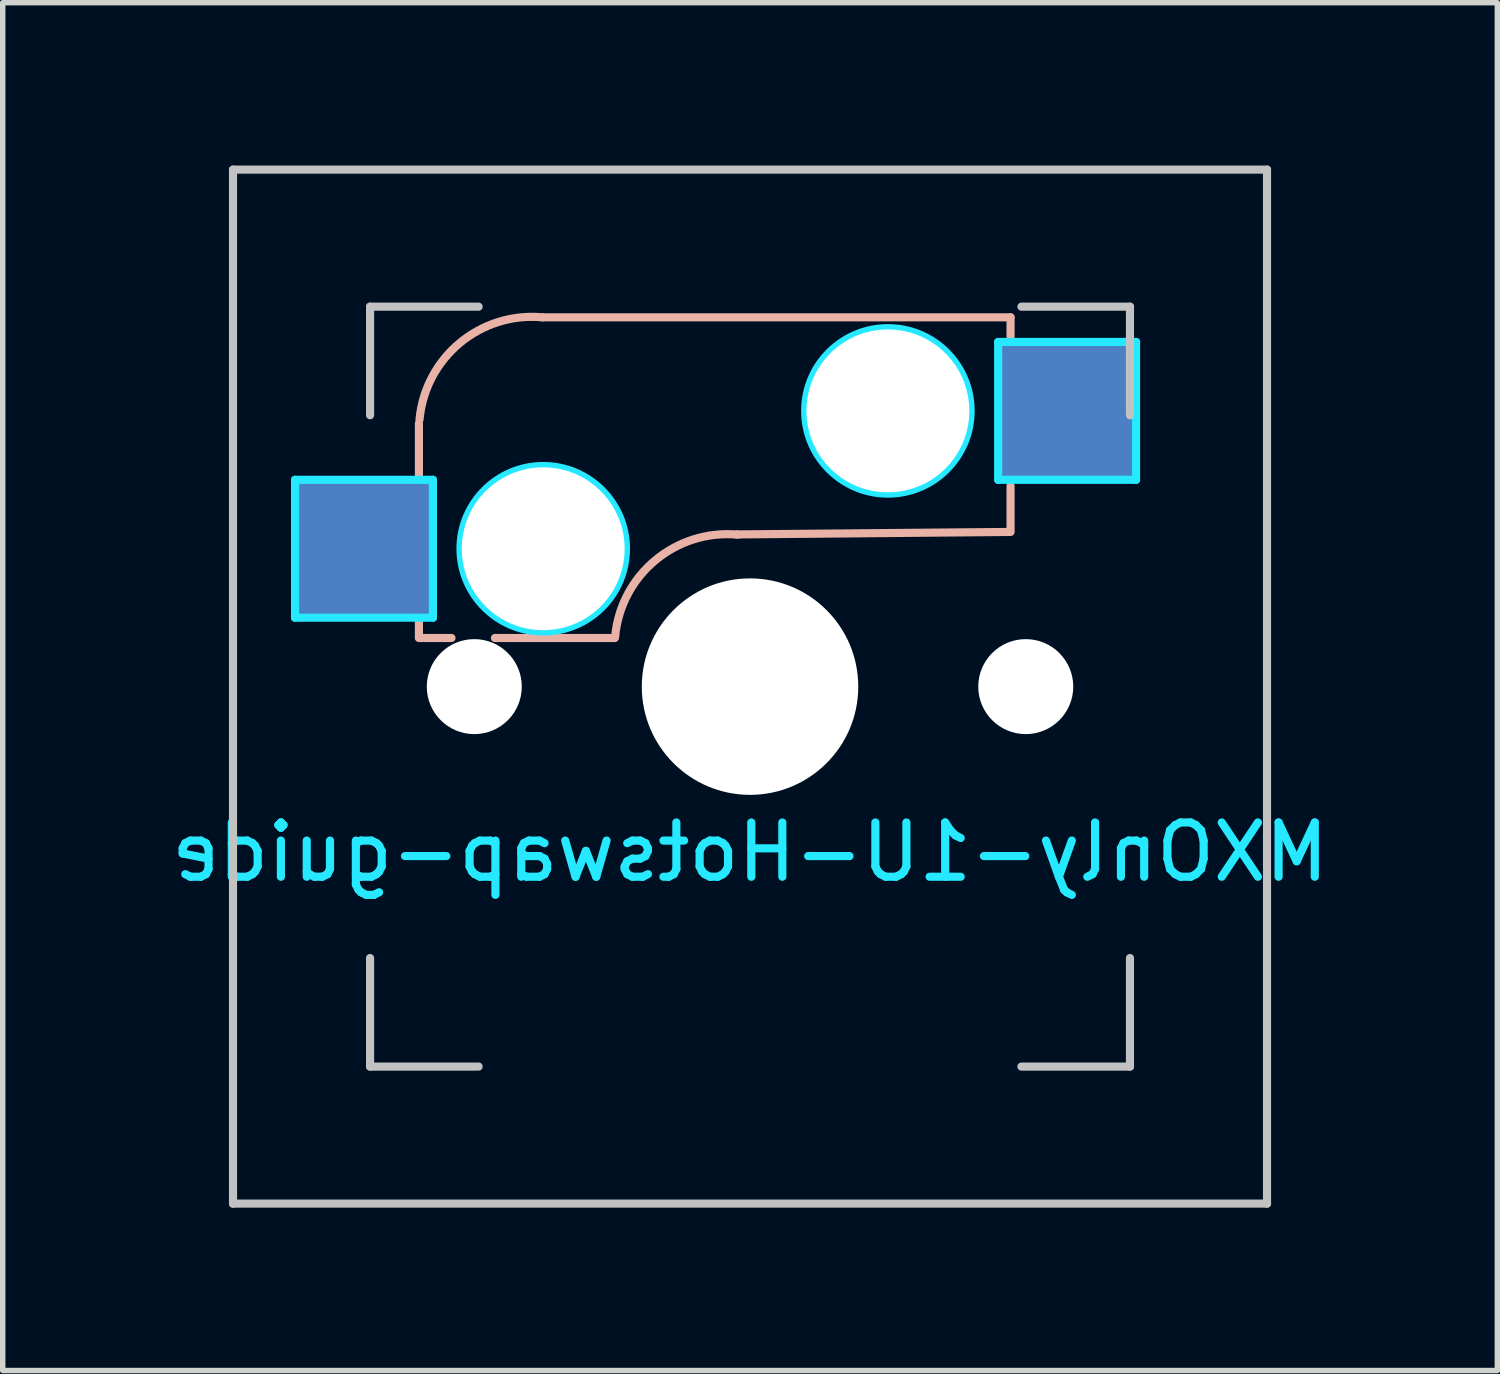
<source format=kicad_pcb>
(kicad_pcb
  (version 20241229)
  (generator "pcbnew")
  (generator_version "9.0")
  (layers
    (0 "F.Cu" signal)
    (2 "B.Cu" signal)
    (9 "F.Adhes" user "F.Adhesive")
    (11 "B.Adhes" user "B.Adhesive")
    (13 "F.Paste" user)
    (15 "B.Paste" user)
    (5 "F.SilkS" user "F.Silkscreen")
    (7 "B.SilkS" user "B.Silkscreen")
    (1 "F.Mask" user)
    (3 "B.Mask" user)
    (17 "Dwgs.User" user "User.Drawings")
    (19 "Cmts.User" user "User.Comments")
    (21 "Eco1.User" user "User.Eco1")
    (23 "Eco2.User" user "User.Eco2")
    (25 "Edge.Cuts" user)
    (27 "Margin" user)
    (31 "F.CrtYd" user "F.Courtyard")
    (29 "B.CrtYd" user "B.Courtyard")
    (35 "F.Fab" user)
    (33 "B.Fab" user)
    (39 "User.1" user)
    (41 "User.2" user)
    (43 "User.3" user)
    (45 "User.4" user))
  (footprint "MXOnly-1U-Hotswap-guide"
    (layer "F.Cu")
    (at 10.768 9.6)
    (property "Reference" "MXOnly-1U-Hotswap-guide" (at 0 3.048 0) (layer "B.CrtYd") (effects (font (size 1 1) (thickness 0.15)) (justify mirror)))
    (attr smd)
    (fp_line (start -6.1 -4.85) (end -6.1 -3.9) (stroke (width 0.15) (type solid)) (layer "B.SilkS"))
    (fp_line (start -6.1 -1.2) (end -6.1 -0.905) (stroke (width 0.15) (type solid)) (layer "B.SilkS"))
    (fp_line (start -6.1 -0.896) (end -5.5 -0.896) (stroke (width 0.15) (type solid)) (layer "B.SilkS"))
    (fp_line (start -4.7 -0.896) (end -2.49 -0.896) (stroke (width 0.15) (type solid)) (layer "B.SilkS"))
    (fp_line (start 4.8 -6.804) (end -3.825 -6.804) (stroke (width 0.15) (type solid)) (layer "B.SilkS"))
    (fp_line (start 4.8 -6.45) (end 4.8 -6.804) (stroke (width 0.15) (type solid)) (layer "B.SilkS"))
    (fp_line (start 4.8 -2.896) (end 4.8 -3.7) (stroke (width 0.15) (type solid)) (layer "B.SilkS"))
    (fp_line (start 4.8 -2.85) (end -0.25 -2.804) (stroke (width 0.15) (type solid)) (layer "B.SilkS"))
    (fp_arc (start -6.089 -4.92) (mid -5.347189 -6.33089) (end -3.825 -6.804) (stroke (width 0.15) (type solid)) (layer "B.SilkS"))
    (fp_arc (start -2.485 -0.92) (mid -1.744361 -2.328061) (end -0.225 -2.8) (stroke (width 0.15) (type solid)) (layer "B.SilkS"))
    (fp_line (start -9.525 -9.525) (end 9.525 -9.525) (stroke (width 0.15) (type solid)) (layer "Dwgs.User"))
    (fp_line (start -9.525 9.525) (end -9.525 -9.525) (stroke (width 0.15) (type solid)) (layer "Dwgs.User"))
    (fp_line (start -7 -7) (end -7 -5) (stroke (width 0.15) (type solid)) (layer "Dwgs.User"))
    (fp_line (start -7 5) (end -7 7) (stroke (width 0.15) (type solid)) (layer "Dwgs.User"))
    (fp_line (start -7 7) (end -5 7) (stroke (width 0.15) (type solid)) (layer "Dwgs.User"))
    (fp_line (start -5 -7) (end -7 -7) (stroke (width 0.15) (type solid)) (layer "Dwgs.User"))
    (fp_line (start 5 -7) (end 7 -7) (stroke (width 0.15) (type solid)) (layer "Dwgs.User"))
    (fp_line (start 5 7) (end 7 7) (stroke (width 0.15) (type solid)) (layer "Dwgs.User"))
    (fp_line (start 7 -7) (end 7 -5) (stroke (width 0.15) (type solid)) (layer "Dwgs.User"))
    (fp_line (start 7 7) (end 7 5) (stroke (width 0.15) (type solid)) (layer "Dwgs.User"))
    (fp_line (start 9.525 -9.525) (end 9.525 9.525) (stroke (width 0.15) (type solid)) (layer "Dwgs.User"))
    (fp_line (start 9.525 9.525) (end -9.525 9.525) (stroke (width 0.15) (type solid)) (layer "Dwgs.User"))
    (fp_line (start -8.382 -3.81) (end -8.382 -1.27) (stroke (width 0.15) (type solid)) (layer "B.CrtYd"))
    (fp_line (start -8.382 -1.27) (end -5.842 -1.27) (stroke (width 0.15) (type solid)) (layer "B.CrtYd"))
    (fp_line (start -5.842 -3.81) (end -8.382 -3.81) (stroke (width 0.15) (type solid)) (layer "B.CrtYd"))
    (fp_line (start -5.842 -1.27) (end -5.842 -3.81) (stroke (width 0.15) (type solid)) (layer "B.CrtYd"))
    (fp_line (start 4.572 -6.35) (end 7.112 -6.35) (stroke (width 0.15) (type solid)) (layer "B.CrtYd"))
    (fp_line (start 4.572 -3.81) (end 4.572 -6.35) (stroke (width 0.15) (type solid)) (layer "B.CrtYd"))
    (fp_line (start 7.112 -6.35) (end 7.112 -3.81) (stroke (width 0.15) (type solid)) (layer "B.CrtYd"))
    (fp_line (start 7.112 -3.81) (end 4.572 -3.81) (stroke (width 0.15) (type solid)) (layer "B.CrtYd"))
    (fp_circle (center -3.81 -2.54) (end -3.81 -4.064) (stroke (width 0.15) (type solid)) (fill no) (layer "B.CrtYd"))
    (fp_circle (center 2.54 -5.08) (end 2.54 -6.604) (stroke (width 0.15) (type solid)) (fill no) (layer "B.CrtYd"))
    (pad "" np_thru_hole circle (at -5.08 0 48.1) (size 1.75 1.75) (drill 1.75) (layers "*.Cu" "*.Mask"))
    (pad "" np_thru_hole circle (at -3.81 -2.54) (size 3 3) (drill 3) (layers "*.Cu" "*.Mask"))
    (pad "" np_thru_hole circle (at 0 0) (size 3.988 3.988) (drill 3.988) (layers "*.Cu" "*.Mask"))
    (pad "" np_thru_hole circle (at 2.54 -5.08) (size 3 3) (drill 3) (layers "*.Cu" "*.Mask"))
    (pad "" np_thru_hole circle (at 5.08 0 48.1) (size 1.75 1.75) (drill 1.75) (layers "*.Cu" "*.Mask"))
    (pad "1" smd rect (at -7.085 -2.54) (size 2.55 2.5) (layers "B.Cu" "B.Mask" "B.Paste"))
    (pad "2" smd rect (at 5.842 -5.08) (size 2.55 2.5) (layers "B.Cu" "B.Mask" "B.Paste")))
  (gr_rect
    (start -3 -3)
    (end 24.536 22.2)
    (stroke (width 0.1) (type default))
    (fill no)
    (layer "Edge.Cuts")))
</source>
